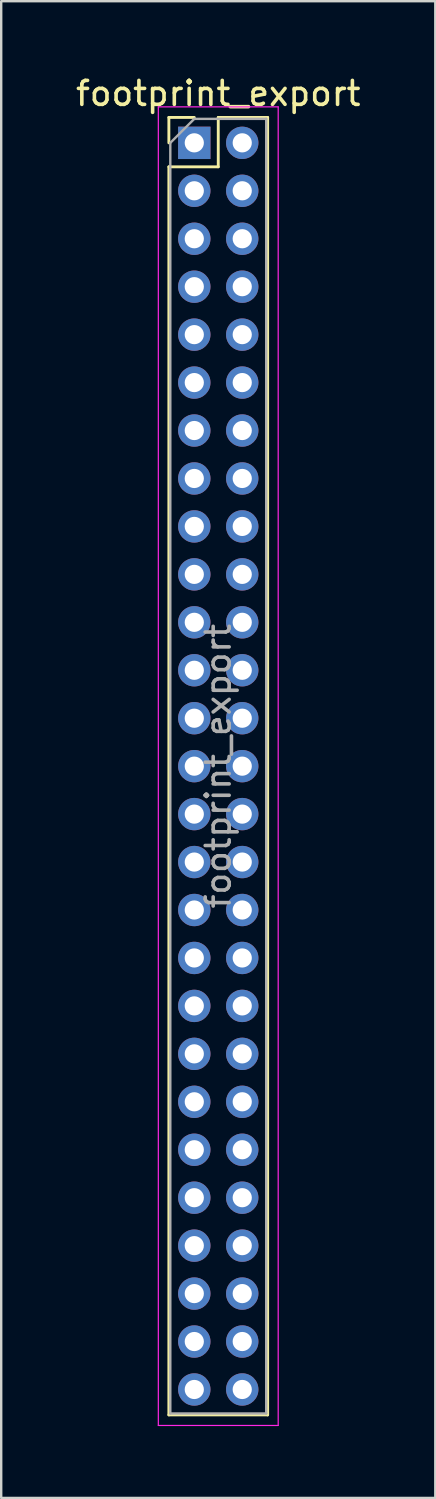
<source format=kicad_pcb>
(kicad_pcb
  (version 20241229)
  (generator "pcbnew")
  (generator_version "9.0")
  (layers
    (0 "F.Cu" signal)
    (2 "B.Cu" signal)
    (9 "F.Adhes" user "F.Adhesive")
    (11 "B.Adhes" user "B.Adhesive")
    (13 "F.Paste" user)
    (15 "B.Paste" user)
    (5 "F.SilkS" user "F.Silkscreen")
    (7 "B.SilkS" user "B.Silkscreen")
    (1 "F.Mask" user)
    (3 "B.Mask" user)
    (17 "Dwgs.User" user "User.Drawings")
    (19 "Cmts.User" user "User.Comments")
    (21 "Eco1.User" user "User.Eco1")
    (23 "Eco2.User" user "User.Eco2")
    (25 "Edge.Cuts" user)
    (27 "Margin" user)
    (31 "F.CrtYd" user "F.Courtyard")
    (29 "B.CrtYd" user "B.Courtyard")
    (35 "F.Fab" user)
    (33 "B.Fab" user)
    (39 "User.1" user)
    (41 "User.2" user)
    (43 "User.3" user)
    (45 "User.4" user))
  (footprint "footprint_export"
    (layer "F.Cu")
    (at 5.054 2.908)
    (property "Reference" "footprint_export" (at 1 -2.06 0) (layer "F.SilkS") (effects (font (size 1 1) (thickness 0.15))))
    (attr through_hole)
    (fp_line (start -1.06 -1.06) (end 0 -1.06) (stroke (width 0.12) (type solid)) (layer "F.SilkS"))
    (fp_line (start -1.06 0) (end -1.06 -1.06) (stroke (width 0.12) (type solid)) (layer "F.SilkS"))
    (fp_line (start -1.06 1) (end -1.06 53.06) (stroke (width 0.12) (type solid)) (layer "F.SilkS"))
    (fp_line (start -1.06 1) (end 1 1) (stroke (width 0.12) (type solid)) (layer "F.SilkS"))
    (fp_line (start -1.06 53.06) (end 3.06 53.06) (stroke (width 0.12) (type solid)) (layer "F.SilkS"))
    (fp_line (start 1 -1.06) (end 3.06 -1.06) (stroke (width 0.12) (type solid)) (layer "F.SilkS"))
    (fp_line (start 1 1) (end 1 -1.06) (stroke (width 0.12) (type solid)) (layer "F.SilkS"))
    (fp_line (start 3.06 -1.06) (end 3.06 53.06) (stroke (width 0.12) (type solid)) (layer "F.SilkS"))
    (fp_line (start -1.5 -1.5) (end -1.5 53.5) (stroke (width 0.05) (type solid)) (layer "F.CrtYd"))
    (fp_line (start -1.5 53.5) (end 3.5 53.5) (stroke (width 0.05) (type solid)) (layer "F.CrtYd"))
    (fp_line (start 3.5 -1.5) (end -1.5 -1.5) (stroke (width 0.05) (type solid)) (layer "F.CrtYd"))
    (fp_line (start 3.5 53.5) (end 3.5 -1.5) (stroke (width 0.05) (type solid)) (layer "F.CrtYd"))
    (fp_line (start -1 0) (end 0 -1) (stroke (width 0.1) (type solid)) (layer "F.Fab"))
    (fp_line (start -1 53) (end -1 0) (stroke (width 0.1) (type solid)) (layer "F.Fab"))
    (fp_line (start 0 -1) (end 3 -1) (stroke (width 0.1) (type solid)) (layer "F.Fab"))
    (fp_line (start 3 -1) (end 3 53) (stroke (width 0.1) (type solid)) (layer "F.Fab"))
    (fp_line (start 3 53) (end -1 53) (stroke (width 0.1) (type solid)) (layer "F.Fab"))
    (fp_text user "${REFERENCE}" (at 1 26 90) (layer "F.Fab") (effects (font (size 1 1) (thickness 0.15))))
    (pad "1" thru_hole rect (at 0 0) (size 1.35 1.35) (drill 0.8) (layers "*.Cu" "*.Mask"))
    (pad "2" thru_hole oval (at 2 0) (size 1.35 1.35) (drill 0.8) (layers "*.Cu" "*.Mask"))
    (pad "3" thru_hole oval (at 0 2) (size 1.35 1.35) (drill 0.8) (layers "*.Cu" "*.Mask"))
    (pad "4" thru_hole oval (at 2 2) (size 1.35 1.35) (drill 0.8) (layers "*.Cu" "*.Mask"))
    (pad "5" thru_hole oval (at 0 4) (size 1.35 1.35) (drill 0.8) (layers "*.Cu" "*.Mask"))
    (pad "6" thru_hole oval (at 2 4) (size 1.35 1.35) (drill 0.8) (layers "*.Cu" "*.Mask"))
    (pad "7" thru_hole oval (at 0 6) (size 1.35 1.35) (drill 0.8) (layers "*.Cu" "*.Mask"))
    (pad "8" thru_hole oval (at 2 6) (size 1.35 1.35) (drill 0.8) (layers "*.Cu" "*.Mask"))
    (pad "9" thru_hole oval (at 0 8) (size 1.35 1.35) (drill 0.8) (layers "*.Cu" "*.Mask"))
    (pad "10" thru_hole oval (at 2 8) (size 1.35 1.35) (drill 0.8) (layers "*.Cu" "*.Mask"))
    (pad "11" thru_hole oval (at 0 10) (size 1.35 1.35) (drill 0.8) (layers "*.Cu" "*.Mask"))
    (pad "12" thru_hole oval (at 2 10) (size 1.35 1.35) (drill 0.8) (layers "*.Cu" "*.Mask"))
    (pad "13" thru_hole oval (at 0 12) (size 1.35 1.35) (drill 0.8) (layers "*.Cu" "*.Mask"))
    (pad "14" thru_hole oval (at 2 12) (size 1.35 1.35) (drill 0.8) (layers "*.Cu" "*.Mask"))
    (pad "15" thru_hole oval (at 0 14) (size 1.35 1.35) (drill 0.8) (layers "*.Cu" "*.Mask"))
    (pad "16" thru_hole oval (at 2 14) (size 1.35 1.35) (drill 0.8) (layers "*.Cu" "*.Mask"))
    (pad "17" thru_hole oval (at 0 16) (size 1.35 1.35) (drill 0.8) (layers "*.Cu" "*.Mask"))
    (pad "18" thru_hole oval (at 2 16) (size 1.35 1.35) (drill 0.8) (layers "*.Cu" "*.Mask"))
    (pad "19" thru_hole oval (at 0 18) (size 1.35 1.35) (drill 0.8) (layers "*.Cu" "*.Mask"))
    (pad "20" thru_hole oval (at 2 18) (size 1.35 1.35) (drill 0.8) (layers "*.Cu" "*.Mask"))
    (pad "21" thru_hole oval (at 0 20) (size 1.35 1.35) (drill 0.8) (layers "*.Cu" "*.Mask"))
    (pad "22" thru_hole oval (at 2 20) (size 1.35 1.35) (drill 0.8) (layers "*.Cu" "*.Mask"))
    (pad "23" thru_hole oval (at 0 22) (size 1.35 1.35) (drill 0.8) (layers "*.Cu" "*.Mask"))
    (pad "24" thru_hole oval (at 2 22) (size 1.35 1.35) (drill 0.8) (layers "*.Cu" "*.Mask"))
    (pad "25" thru_hole oval (at 0 24) (size 1.35 1.35) (drill 0.8) (layers "*.Cu" "*.Mask"))
    (pad "26" thru_hole oval (at 2 24) (size 1.35 1.35) (drill 0.8) (layers "*.Cu" "*.Mask"))
    (pad "27" thru_hole oval (at 0 26) (size 1.35 1.35) (drill 0.8) (layers "*.Cu" "*.Mask"))
    (pad "28" thru_hole oval (at 2 26) (size 1.35 1.35) (drill 0.8) (layers "*.Cu" "*.Mask"))
    (pad "29" thru_hole oval (at 0 28) (size 1.35 1.35) (drill 0.8) (layers "*.Cu" "*.Mask"))
    (pad "30" thru_hole oval (at 2 28) (size 1.35 1.35) (drill 0.8) (layers "*.Cu" "*.Mask"))
    (pad "31" thru_hole oval (at 0 30) (size 1.35 1.35) (drill 0.8) (layers "*.Cu" "*.Mask"))
    (pad "32" thru_hole oval (at 2 30) (size 1.35 1.35) (drill 0.8) (layers "*.Cu" "*.Mask"))
    (pad "33" thru_hole oval (at 0 32) (size 1.35 1.35) (drill 0.8) (layers "*.Cu" "*.Mask"))
    (pad "34" thru_hole oval (at 2 32) (size 1.35 1.35) (drill 0.8) (layers "*.Cu" "*.Mask"))
    (pad "35" thru_hole oval (at 0 34) (size 1.35 1.35) (drill 0.8) (layers "*.Cu" "*.Mask"))
    (pad "36" thru_hole oval (at 2 34) (size 1.35 1.35) (drill 0.8) (layers "*.Cu" "*.Mask"))
    (pad "37" thru_hole oval (at 0 36) (size 1.35 1.35) (drill 0.8) (layers "*.Cu" "*.Mask"))
    (pad "38" thru_hole oval (at 2 36) (size 1.35 1.35) (drill 0.8) (layers "*.Cu" "*.Mask"))
    (pad "39" thru_hole oval (at 0 38) (size 1.35 1.35) (drill 0.8) (layers "*.Cu" "*.Mask"))
    (pad "40" thru_hole oval (at 2 38) (size 1.35 1.35) (drill 0.8) (layers "*.Cu" "*.Mask"))
    (pad "41" thru_hole oval (at 0 40) (size 1.35 1.35) (drill 0.8) (layers "*.Cu" "*.Mask"))
    (pad "42" thru_hole oval (at 2 40) (size 1.35 1.35) (drill 0.8) (layers "*.Cu" "*.Mask"))
    (pad "43" thru_hole oval (at 0 42) (size 1.35 1.35) (drill 0.8) (layers "*.Cu" "*.Mask"))
    (pad "44" thru_hole oval (at 2 42) (size 1.35 1.35) (drill 0.8) (layers "*.Cu" "*.Mask"))
    (pad "45" thru_hole oval (at 0 44) (size 1.35 1.35) (drill 0.8) (layers "*.Cu" "*.Mask"))
    (pad "46" thru_hole oval (at 2 44) (size 1.35 1.35) (drill 0.8) (layers "*.Cu" "*.Mask"))
    (pad "47" thru_hole oval (at 0 46) (size 1.35 1.35) (drill 0.8) (layers "*.Cu" "*.Mask"))
    (pad "48" thru_hole oval (at 2 46) (size 1.35 1.35) (drill 0.8) (layers "*.Cu" "*.Mask"))
    (pad "49" thru_hole oval (at 0 48) (size 1.35 1.35) (drill 0.8) (layers "*.Cu" "*.Mask"))
    (pad "50" thru_hole oval (at 2 48) (size 1.35 1.35) (drill 0.8) (layers "*.Cu" "*.Mask"))
    (pad "51" thru_hole oval (at 0 50) (size 1.35 1.35) (drill 0.8) (layers "*.Cu" "*.Mask"))
    (pad "52" thru_hole oval (at 2 50) (size 1.35 1.35) (drill 0.8) (layers "*.Cu" "*.Mask"))
    (pad "53" thru_hole oval (at 0 52) (size 1.35 1.35) (drill 0.8) (layers "*.Cu" "*.Mask"))
    (pad "54" thru_hole oval (at 2 52) (size 1.35 1.35) (drill 0.8) (layers "*.Cu" "*.Mask")))
  (gr_rect
    (start -3 -3)
    (end 15.107 59.433)
    (stroke (width 0.1) (type default))
    (fill no)
    (layer "Edge.Cuts")))
</source>
